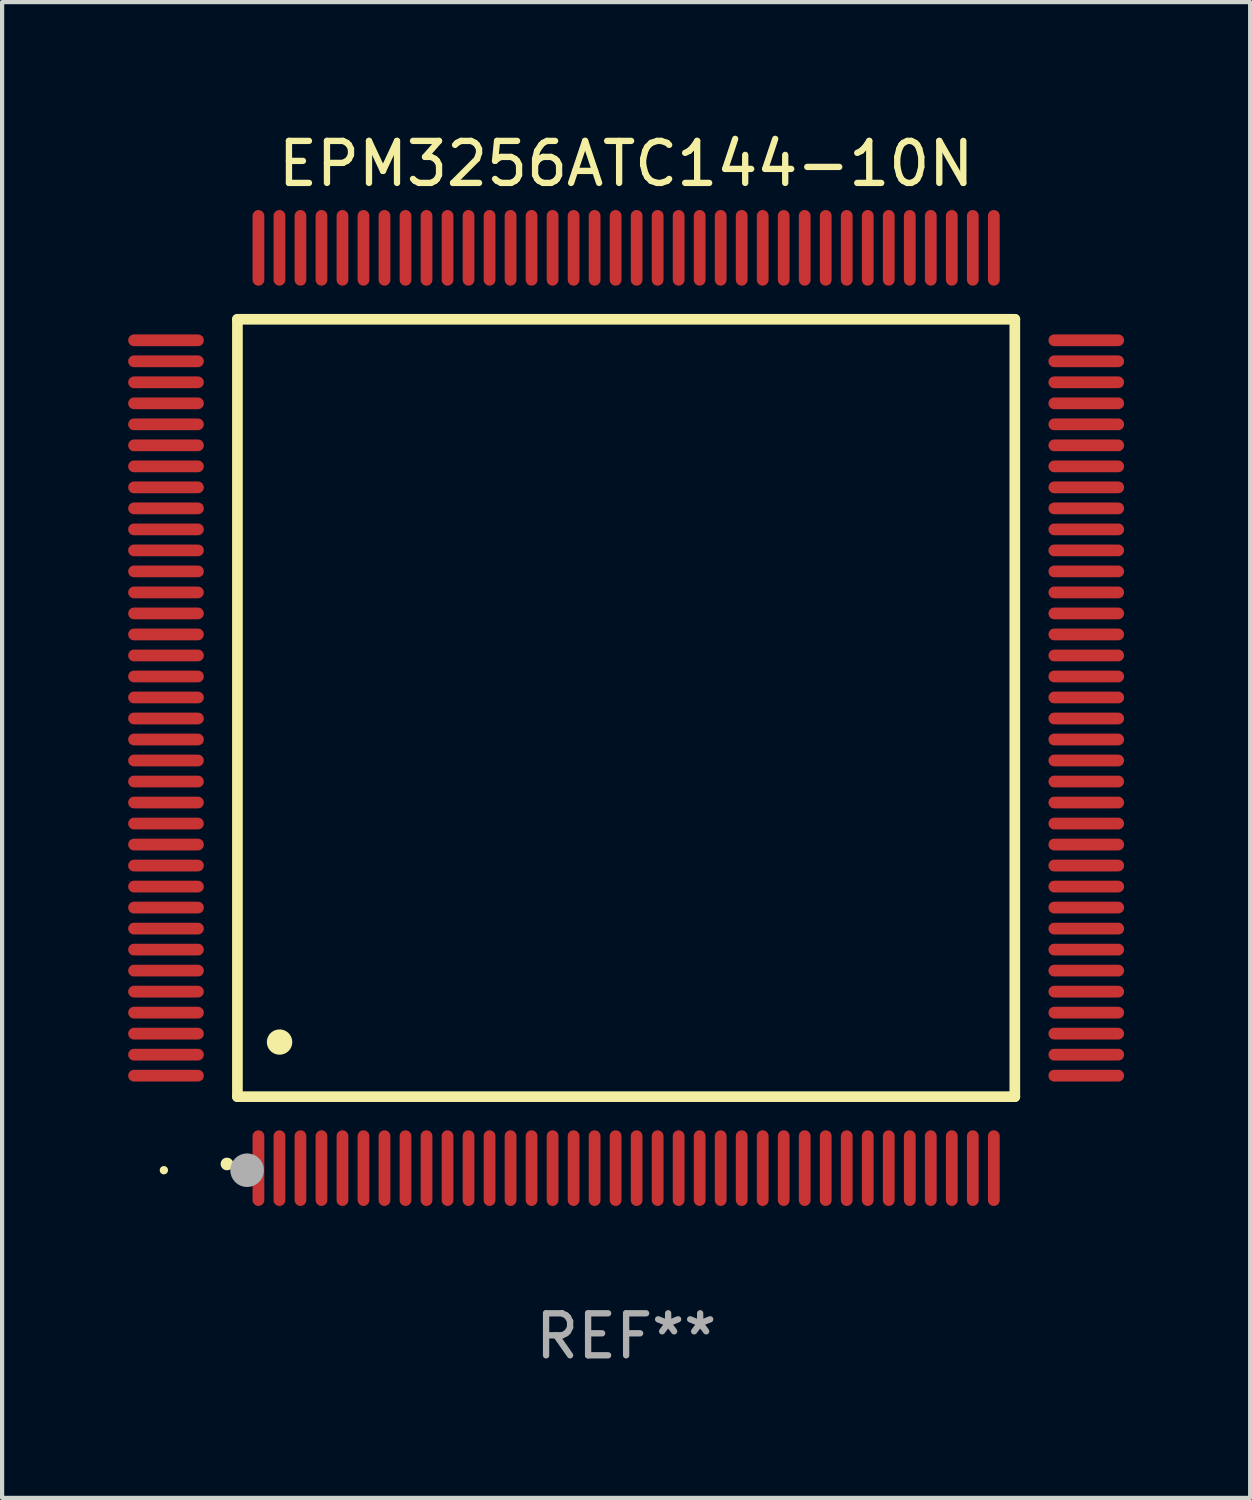
<source format=kicad_pcb>
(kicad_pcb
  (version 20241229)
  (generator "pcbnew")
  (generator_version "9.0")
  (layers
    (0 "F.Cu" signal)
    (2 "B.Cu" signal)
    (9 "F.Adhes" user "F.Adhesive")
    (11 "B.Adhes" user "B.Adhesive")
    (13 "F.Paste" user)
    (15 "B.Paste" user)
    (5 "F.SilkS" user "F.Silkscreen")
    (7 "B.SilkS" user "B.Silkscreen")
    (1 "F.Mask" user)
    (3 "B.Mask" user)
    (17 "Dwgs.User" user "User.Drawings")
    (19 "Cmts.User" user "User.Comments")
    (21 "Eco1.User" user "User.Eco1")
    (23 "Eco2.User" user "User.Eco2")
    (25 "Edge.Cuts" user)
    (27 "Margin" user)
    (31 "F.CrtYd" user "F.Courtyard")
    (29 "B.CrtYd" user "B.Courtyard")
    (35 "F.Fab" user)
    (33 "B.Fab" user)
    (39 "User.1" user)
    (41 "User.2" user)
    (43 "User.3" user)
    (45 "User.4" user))
  (footprint "EPM3256ATC144-10N"
    (layer "F.Cu")
    (at 11.85 13.798)
    (property "Reference" "EPM3256ATC144-10N" (at 0 -12.95 0) (layer "F.SilkS") (effects (font (size 1 1) (thickness 0.15))))
    (attr through_hole)
    (fp_line (start -9.25 -9.25) (end -9.25 9.25) (stroke (width 0.254) (type solid)) (layer "F.SilkS"))
    (fp_line (start -9.25 9.25) (end 9.25 9.25) (stroke (width 0.254) (type solid)) (layer "F.SilkS"))
    (fp_line (start 9.25 -9.25) (end -9.25 -9.25) (stroke (width 0.254) (type solid)) (layer "F.SilkS"))
    (fp_line (start 9.25 9.25) (end 9.25 -9.25) (stroke (width 0.254) (type solid)) (layer "F.SilkS"))
    (fp_arc (start -9.499619 10.850902) (mid -9.498349 10.850897) (end -9.497079 10.850902) (stroke (width 0.3) (type solid)) (layer "F.SilkS"))
    (fp_arc (start -8.249936 7.950216) (mid -8.247396 7.950205) (end -8.244856 7.950216) (stroke (width 0.6) (type solid)) (layer "F.SilkS"))
    (fp_circle (center -11 11) (end -10.95 11) (stroke (width 0.1) (type solid)) (fill no) (layer "F.SilkS"))
    (fp_circle (center -9.02 11) (end -8.82 11) (stroke (width 0.4) (type solid)) (fill no) (layer "F.Fab"))
    (fp_text user "REF**" (at 0 14.95 0) (layer "F.Fab") (effects (font (size 1 1) (thickness 0.15))))
    (pad "1" smd oval (at -8.75 10.95) (size 0.28 1.8) (layers "F.Cu" "F.Mask" "F.Paste"))
    (pad "2" smd oval (at -8.25 10.95) (size 0.28 1.8) (layers "F.Cu" "F.Mask" "F.Paste"))
    (pad "3" smd oval (at -7.75 10.95) (size 0.28 1.8) (layers "F.Cu" "F.Mask" "F.Paste"))
    (pad "4" smd oval (at -7.25 10.95) (size 0.28 1.8) (layers "F.Cu" "F.Mask" "F.Paste"))
    (pad "5" smd oval (at -6.75 10.95) (size 0.28 1.8) (layers "F.Cu" "F.Mask" "F.Paste"))
    (pad "6" smd oval (at -6.25 10.95) (size 0.28 1.8) (layers "F.Cu" "F.Mask" "F.Paste"))
    (pad "7" smd oval (at -5.75 10.95) (size 0.28 1.8) (layers "F.Cu" "F.Mask" "F.Paste"))
    (pad "8" smd oval (at -5.25 10.95) (size 0.28 1.8) (layers "F.Cu" "F.Mask" "F.Paste"))
    (pad "9" smd oval (at -4.75 10.95) (size 0.28 1.8) (layers "F.Cu" "F.Mask" "F.Paste"))
    (pad "10" smd oval (at -4.25 10.95) (size 0.28 1.8) (layers "F.Cu" "F.Mask" "F.Paste"))
    (pad "11" smd oval (at -3.75 10.95) (size 0.28 1.8) (layers "F.Cu" "F.Mask" "F.Paste"))
    (pad "12" smd oval (at -3.25 10.95) (size 0.28 1.8) (layers "F.Cu" "F.Mask" "F.Paste"))
    (pad "13" smd oval (at -2.75 10.95) (size 0.28 1.8) (layers "F.Cu" "F.Mask" "F.Paste"))
    (pad "14" smd oval (at -2.25 10.95) (size 0.28 1.8) (layers "F.Cu" "F.Mask" "F.Paste"))
    (pad "15" smd oval (at -1.75 10.95) (size 0.28 1.8) (layers "F.Cu" "F.Mask" "F.Paste"))
    (pad "16" smd oval (at -1.25 10.95) (size 0.28 1.8) (layers "F.Cu" "F.Mask" "F.Paste"))
    (pad "17" smd oval (at -0.75 10.95) (size 0.28 1.8) (layers "F.Cu" "F.Mask" "F.Paste"))
    (pad "18" smd oval (at -0.25 10.95) (size 0.28 1.8) (layers "F.Cu" "F.Mask" "F.Paste"))
    (pad "19" smd oval (at 0.25 10.95) (size 0.28 1.8) (layers "F.Cu" "F.Mask" "F.Paste"))
    (pad "20" smd oval (at 0.75 10.95) (size 0.28 1.8) (layers "F.Cu" "F.Mask" "F.Paste"))
    (pad "21" smd oval (at 1.25 10.95) (size 0.28 1.8) (layers "F.Cu" "F.Mask" "F.Paste"))
    (pad "22" smd oval (at 1.75 10.95) (size 0.28 1.8) (layers "F.Cu" "F.Mask" "F.Paste"))
    (pad "23" smd oval (at 2.25 10.95) (size 0.28 1.8) (layers "F.Cu" "F.Mask" "F.Paste"))
    (pad "24" smd oval (at 2.75 10.95) (size 0.28 1.8) (layers "F.Cu" "F.Mask" "F.Paste"))
    (pad "25" smd oval (at 3.25 10.95) (size 0.28 1.8) (layers "F.Cu" "F.Mask" "F.Paste"))
    (pad "26" smd oval (at 3.75 10.95) (size 0.28 1.8) (layers "F.Cu" "F.Mask" "F.Paste"))
    (pad "27" smd oval (at 4.25 10.95) (size 0.28 1.8) (layers "F.Cu" "F.Mask" "F.Paste"))
    (pad "28" smd oval (at 4.75 10.95) (size 0.28 1.8) (layers "F.Cu" "F.Mask" "F.Paste"))
    (pad "29" smd oval (at 5.25 10.95) (size 0.28 1.8) (layers "F.Cu" "F.Mask" "F.Paste"))
    (pad "30" smd oval (at 5.75 10.95) (size 0.28 1.8) (layers "F.Cu" "F.Mask" "F.Paste"))
    (pad "31" smd oval (at 6.25 10.95) (size 0.28 1.8) (layers "F.Cu" "F.Mask" "F.Paste"))
    (pad "32" smd oval (at 6.75 10.95) (size 0.28 1.8) (layers "F.Cu" "F.Mask" "F.Paste"))
    (pad "33" smd oval (at 7.25 10.95) (size 0.28 1.8) (layers "F.Cu" "F.Mask" "F.Paste"))
    (pad "34" smd oval (at 7.75 10.95) (size 0.28 1.8) (layers "F.Cu" "F.Mask" "F.Paste"))
    (pad "35" smd oval (at 8.25 10.95) (size 0.28 1.8) (layers "F.Cu" "F.Mask" "F.Paste"))
    (pad "36" smd oval (at 8.75 10.95) (size 0.28 1.8) (layers "F.Cu" "F.Mask" "F.Paste"))
    (pad "37" smd oval (at 10.95 8.75) (size 1.8 0.28) (layers "F.Cu" "F.Mask" "F.Paste"))
    (pad "38" smd oval (at 10.95 8.25) (size 1.8 0.28) (layers "F.Cu" "F.Mask" "F.Paste"))
    (pad "39" smd oval (at 10.95 7.75) (size 1.8 0.28) (layers "F.Cu" "F.Mask" "F.Paste"))
    (pad "40" smd oval (at 10.95 7.25) (size 1.8 0.28) (layers "F.Cu" "F.Mask" "F.Paste"))
    (pad "41" smd oval (at 10.95 6.75) (size 1.8 0.28) (layers "F.Cu" "F.Mask" "F.Paste"))
    (pad "42" smd oval (at 10.95 6.25) (size 1.8 0.28) (layers "F.Cu" "F.Mask" "F.Paste"))
    (pad "43" smd oval (at 10.95 5.75) (size 1.8 0.28) (layers "F.Cu" "F.Mask" "F.Paste"))
    (pad "44" smd oval (at 10.95 5.25) (size 1.8 0.28) (layers "F.Cu" "F.Mask" "F.Paste"))
    (pad "45" smd oval (at 10.95 4.75) (size 1.8 0.28) (layers "F.Cu" "F.Mask" "F.Paste"))
    (pad "46" smd oval (at 10.95 4.25) (size 1.8 0.28) (layers "F.Cu" "F.Mask" "F.Paste"))
    (pad "47" smd oval (at 10.95 3.75) (size 1.8 0.28) (layers "F.Cu" "F.Mask" "F.Paste"))
    (pad "48" smd oval (at 10.95 3.25) (size 1.8 0.28) (layers "F.Cu" "F.Mask" "F.Paste"))
    (pad "49" smd oval (at 10.95 2.75) (size 1.8 0.28) (layers "F.Cu" "F.Mask" "F.Paste"))
    (pad "50" smd oval (at 10.95 2.25) (size 1.8 0.28) (layers "F.Cu" "F.Mask" "F.Paste"))
    (pad "51" smd oval (at 10.95 1.75) (size 1.8 0.28) (layers "F.Cu" "F.Mask" "F.Paste"))
    (pad "52" smd oval (at 10.95 1.25) (size 1.8 0.28) (layers "F.Cu" "F.Mask" "F.Paste"))
    (pad "53" smd oval (at 10.95 0.75) (size 1.8 0.28) (layers "F.Cu" "F.Mask" "F.Paste"))
    (pad "54" smd oval (at 10.95 0.25) (size 1.8 0.28) (layers "F.Cu" "F.Mask" "F.Paste"))
    (pad "55" smd oval (at 10.95 -0.25) (size 1.8 0.28) (layers "F.Cu" "F.Mask" "F.Paste"))
    (pad "56" smd oval (at 10.95 -0.75) (size 1.8 0.28) (layers "F.Cu" "F.Mask" "F.Paste"))
    (pad "57" smd oval (at 10.95 -1.25) (size 1.8 0.28) (layers "F.Cu" "F.Mask" "F.Paste"))
    (pad "58" smd oval (at 10.95 -1.75) (size 1.8 0.28) (layers "F.Cu" "F.Mask" "F.Paste"))
    (pad "59" smd oval (at 10.95 -2.25) (size 1.8 0.28) (layers "F.Cu" "F.Mask" "F.Paste"))
    (pad "60" smd oval (at 10.95 -2.75) (size 1.8 0.28) (layers "F.Cu" "F.Mask" "F.Paste"))
    (pad "61" smd oval (at 10.95 -3.25) (size 1.8 0.28) (layers "F.Cu" "F.Mask" "F.Paste"))
    (pad "62" smd oval (at 10.95 -3.75) (size 1.8 0.28) (layers "F.Cu" "F.Mask" "F.Paste"))
    (pad "63" smd oval (at 10.95 -4.25) (size 1.8 0.28) (layers "F.Cu" "F.Mask" "F.Paste"))
    (pad "64" smd oval (at 10.95 -4.75) (size 1.8 0.28) (layers "F.Cu" "F.Mask" "F.Paste"))
    (pad "65" smd oval (at 10.95 -5.25) (size 1.8 0.28) (layers "F.Cu" "F.Mask" "F.Paste"))
    (pad "66" smd oval (at 10.95 -5.75) (size 1.8 0.28) (layers "F.Cu" "F.Mask" "F.Paste"))
    (pad "67" smd oval (at 10.95 -6.25) (size 1.8 0.28) (layers "F.Cu" "F.Mask" "F.Paste"))
    (pad "68" smd oval (at 10.95 -6.75) (size 1.8 0.28) (layers "F.Cu" "F.Mask" "F.Paste"))
    (pad "69" smd oval (at 10.95 -7.25) (size 1.8 0.28) (layers "F.Cu" "F.Mask" "F.Paste"))
    (pad "70" smd oval (at 10.95 -7.75) (size 1.8 0.28) (layers "F.Cu" "F.Mask" "F.Paste"))
    (pad "71" smd oval (at 10.95 -8.25) (size 1.8 0.28) (layers "F.Cu" "F.Mask" "F.Paste"))
    (pad "72" smd oval (at 10.95 -8.75) (size 1.8 0.28) (layers "F.Cu" "F.Mask" "F.Paste"))
    (pad "73" smd oval (at 8.75 -10.95) (size 0.28 1.8) (layers "F.Cu" "F.Mask" "F.Paste"))
    (pad "74" smd oval (at 8.25 -10.95) (size 0.28 1.8) (layers "F.Cu" "F.Mask" "F.Paste"))
    (pad "75" smd oval (at 7.75 -10.95) (size 0.28 1.8) (layers "F.Cu" "F.Mask" "F.Paste"))
    (pad "76" smd oval (at 7.25 -10.95) (size 0.28 1.8) (layers "F.Cu" "F.Mask" "F.Paste"))
    (pad "77" smd oval (at 6.75 -10.95) (size 0.28 1.8) (layers "F.Cu" "F.Mask" "F.Paste"))
    (pad "78" smd oval (at 6.25 -10.95) (size 0.28 1.8) (layers "F.Cu" "F.Mask" "F.Paste"))
    (pad "79" smd oval (at 5.75 -10.95) (size 0.28 1.8) (layers "F.Cu" "F.Mask" "F.Paste"))
    (pad "80" smd oval (at 5.25 -10.95) (size 0.28 1.8) (layers "F.Cu" "F.Mask" "F.Paste"))
    (pad "81" smd oval (at 4.75 -10.95) (size 0.28 1.8) (layers "F.Cu" "F.Mask" "F.Paste"))
    (pad "82" smd oval (at 4.25 -10.95) (size 0.28 1.8) (layers "F.Cu" "F.Mask" "F.Paste"))
    (pad "83" smd oval (at 3.75 -10.95) (size 0.28 1.8) (layers "F.Cu" "F.Mask" "F.Paste"))
    (pad "84" smd oval (at 3.25 -10.95) (size 0.28 1.8) (layers "F.Cu" "F.Mask" "F.Paste"))
    (pad "85" smd oval (at 2.75 -10.95) (size 0.28 1.8) (layers "F.Cu" "F.Mask" "F.Paste"))
    (pad "86" smd oval (at 2.25 -10.95) (size 0.28 1.8) (layers "F.Cu" "F.Mask" "F.Paste"))
    (pad "87" smd oval (at 1.75 -10.95) (size 0.28 1.8) (layers "F.Cu" "F.Mask" "F.Paste"))
    (pad "88" smd oval (at 1.25 -10.95) (size 0.28 1.8) (layers "F.Cu" "F.Mask" "F.Paste"))
    (pad "89" smd oval (at 0.75 -10.95) (size 0.28 1.8) (layers "F.Cu" "F.Mask" "F.Paste"))
    (pad "90" smd oval (at 0.25 -10.95) (size 0.28 1.8) (layers "F.Cu" "F.Mask" "F.Paste"))
    (pad "91" smd oval (at -0.25 -10.95) (size 0.28 1.8) (layers "F.Cu" "F.Mask" "F.Paste"))
    (pad "92" smd oval (at -0.75 -10.95) (size 0.28 1.8) (layers "F.Cu" "F.Mask" "F.Paste"))
    (pad "93" smd oval (at -1.25 -10.95) (size 0.28 1.8) (layers "F.Cu" "F.Mask" "F.Paste"))
    (pad "94" smd oval (at -1.75 -10.95) (size 0.28 1.8) (layers "F.Cu" "F.Mask" "F.Paste"))
    (pad "95" smd oval (at -2.25 -10.95) (size 0.28 1.8) (layers "F.Cu" "F.Mask" "F.Paste"))
    (pad "96" smd oval (at -2.75 -10.95) (size 0.28 1.8) (layers "F.Cu" "F.Mask" "F.Paste"))
    (pad "97" smd oval (at -3.25 -10.95) (size 0.28 1.8) (layers "F.Cu" "F.Mask" "F.Paste"))
    (pad "98" smd oval (at -3.75 -10.95) (size 0.28 1.8) (layers "F.Cu" "F.Mask" "F.Paste"))
    (pad "99" smd oval (at -4.25 -10.95) (size 0.28 1.8) (layers "F.Cu" "F.Mask" "F.Paste"))
    (pad "100" smd oval (at -4.75 -10.95) (size 0.28 1.8) (layers "F.Cu" "F.Mask" "F.Paste"))
    (pad "101" smd oval (at -5.25 -10.95) (size 0.28 1.8) (layers "F.Cu" "F.Mask" "F.Paste"))
    (pad "102" smd oval (at -5.75 -10.95) (size 0.28 1.8) (layers "F.Cu" "F.Mask" "F.Paste"))
    (pad "103" smd oval (at -6.25 -10.95) (size 0.28 1.8) (layers "F.Cu" "F.Mask" "F.Paste"))
    (pad "104" smd oval (at -6.75 -10.95) (size 0.28 1.8) (layers "F.Cu" "F.Mask" "F.Paste"))
    (pad "105" smd oval (at -7.25 -10.95) (size 0.28 1.8) (layers "F.Cu" "F.Mask" "F.Paste"))
    (pad "106" smd oval (at -7.75 -10.95) (size 0.28 1.8) (layers "F.Cu" "F.Mask" "F.Paste"))
    (pad "107" smd oval (at -8.25 -10.95) (size 0.28 1.8) (layers "F.Cu" "F.Mask" "F.Paste"))
    (pad "108" smd oval (at -8.75 -10.95) (size 0.28 1.8) (layers "F.Cu" "F.Mask" "F.Paste"))
    (pad "109" smd oval (at -10.95 -8.75) (size 1.8 0.28) (layers "F.Cu" "F.Mask" "F.Paste"))
    (pad "110" smd oval (at -10.95 -8.25) (size 1.8 0.28) (layers "F.Cu" "F.Mask" "F.Paste"))
    (pad "111" smd oval (at -10.95 -7.75) (size 1.8 0.28) (layers "F.Cu" "F.Mask" "F.Paste"))
    (pad "112" smd oval (at -10.95 -7.25) (size 1.8 0.28) (layers "F.Cu" "F.Mask" "F.Paste"))
    (pad "113" smd oval (at -10.95 -6.75) (size 1.8 0.28) (layers "F.Cu" "F.Mask" "F.Paste"))
    (pad "114" smd oval (at -10.95 -6.25) (size 1.8 0.28) (layers "F.Cu" "F.Mask" "F.Paste"))
    (pad "115" smd oval (at -10.95 -5.75) (size 1.8 0.28) (layers "F.Cu" "F.Mask" "F.Paste"))
    (pad "116" smd oval (at -10.95 -5.25) (size 1.8 0.28) (layers "F.Cu" "F.Mask" "F.Paste"))
    (pad "117" smd oval (at -10.95 -4.75) (size 1.8 0.28) (layers "F.Cu" "F.Mask" "F.Paste"))
    (pad "118" smd oval (at -10.95 -4.25) (size 1.8 0.28) (layers "F.Cu" "F.Mask" "F.Paste"))
    (pad "119" smd oval (at -10.95 -3.75) (size 1.8 0.28) (layers "F.Cu" "F.Mask" "F.Paste"))
    (pad "120" smd oval (at -10.95 -3.25) (size 1.8 0.28) (layers "F.Cu" "F.Mask" "F.Paste"))
    (pad "121" smd oval (at -10.95 -2.75) (size 1.8 0.28) (layers "F.Cu" "F.Mask" "F.Paste"))
    (pad "122" smd oval (at -10.95 -2.25) (size 1.8 0.28) (layers "F.Cu" "F.Mask" "F.Paste"))
    (pad "123" smd oval (at -10.95 -1.75) (size 1.8 0.28) (layers "F.Cu" "F.Mask" "F.Paste"))
    (pad "124" smd oval (at -10.95 -1.25) (size 1.8 0.28) (layers "F.Cu" "F.Mask" "F.Paste"))
    (pad "125" smd oval (at -10.95 -0.75) (size 1.8 0.28) (layers "F.Cu" "F.Mask" "F.Paste"))
    (pad "126" smd oval (at -10.95 -0.25) (size 1.8 0.28) (layers "F.Cu" "F.Mask" "F.Paste"))
    (pad "127" smd oval (at -10.95 0.25) (size 1.8 0.28) (layers "F.Cu" "F.Mask" "F.Paste"))
    (pad "128" smd oval (at -10.95 0.75) (size 1.8 0.28) (layers "F.Cu" "F.Mask" "F.Paste"))
    (pad "129" smd oval (at -10.95 1.25) (size 1.8 0.28) (layers "F.Cu" "F.Mask" "F.Paste"))
    (pad "130" smd oval (at -10.95 1.75) (size 1.8 0.28) (layers "F.Cu" "F.Mask" "F.Paste"))
    (pad "131" smd oval (at -10.95 2.25) (size 1.8 0.28) (layers "F.Cu" "F.Mask" "F.Paste"))
    (pad "132" smd oval (at -10.95 2.75) (size 1.8 0.28) (layers "F.Cu" "F.Mask" "F.Paste"))
    (pad "133" smd oval (at -10.95 3.25) (size 1.8 0.28) (layers "F.Cu" "F.Mask" "F.Paste"))
    (pad "134" smd oval (at -10.95 3.75) (size 1.8 0.28) (layers "F.Cu" "F.Mask" "F.Paste"))
    (pad "135" smd oval (at -10.95 4.25) (size 1.8 0.28) (layers "F.Cu" "F.Mask" "F.Paste"))
    (pad "136" smd oval (at -10.95 4.75) (size 1.8 0.28) (layers "F.Cu" "F.Mask" "F.Paste"))
    (pad "137" smd oval (at -10.95 5.25) (size 1.8 0.28) (layers "F.Cu" "F.Mask" "F.Paste"))
    (pad "138" smd oval (at -10.95 5.75) (size 1.8 0.28) (layers "F.Cu" "F.Mask" "F.Paste"))
    (pad "139" smd oval (at -10.95 6.25) (size 1.8 0.28) (layers "F.Cu" "F.Mask" "F.Paste"))
    (pad "140" smd oval (at -10.95 6.75) (size 1.8 0.28) (layers "F.Cu" "F.Mask" "F.Paste"))
    (pad "141" smd oval (at -10.95 7.25) (size 1.8 0.28) (layers "F.Cu" "F.Mask" "F.Paste"))
    (pad "142" smd oval (at -10.95 7.75) (size 1.8 0.28) (layers "F.Cu" "F.Mask" "F.Paste"))
    (pad "143" smd oval (at -10.95 8.25) (size 1.8 0.28) (layers "F.Cu" "F.Mask" "F.Paste"))
    (pad "144" smd oval (at -10.95 8.75) (size 1.8 0.28) (layers "F.Cu" "F.Mask" "F.Paste")))
  (gr_rect
    (start -3 -3)
    (end 26.7 32.596)
    (stroke (width 0.1) (type default))
    (fill no)
    (layer "Edge.Cuts")))
</source>
